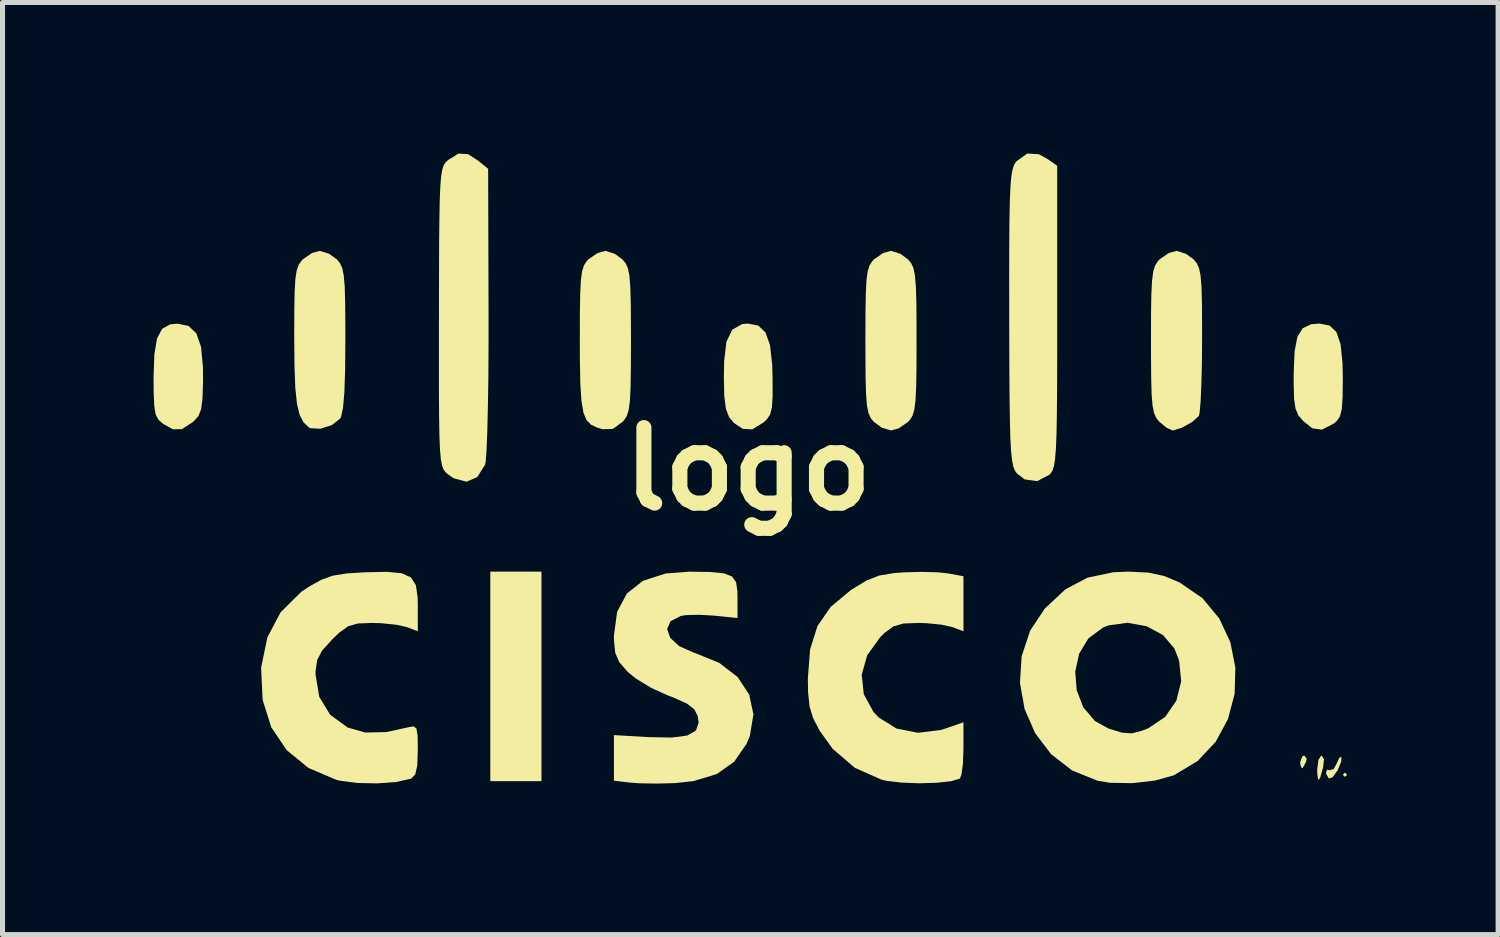
<source format=kicad_pcb>
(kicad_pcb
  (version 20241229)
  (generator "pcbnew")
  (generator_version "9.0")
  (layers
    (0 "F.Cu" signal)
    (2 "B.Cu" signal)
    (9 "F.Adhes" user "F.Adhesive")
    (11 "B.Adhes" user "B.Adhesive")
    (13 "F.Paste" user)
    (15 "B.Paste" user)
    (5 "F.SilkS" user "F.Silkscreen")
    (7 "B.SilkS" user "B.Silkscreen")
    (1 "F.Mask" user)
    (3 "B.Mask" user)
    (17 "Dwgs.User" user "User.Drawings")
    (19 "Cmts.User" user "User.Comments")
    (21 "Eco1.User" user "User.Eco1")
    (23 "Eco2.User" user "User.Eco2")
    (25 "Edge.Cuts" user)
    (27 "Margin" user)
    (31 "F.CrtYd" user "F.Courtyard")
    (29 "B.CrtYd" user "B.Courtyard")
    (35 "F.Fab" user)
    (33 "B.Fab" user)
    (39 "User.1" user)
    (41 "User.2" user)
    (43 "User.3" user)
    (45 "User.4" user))
  (footprint "logo"
    (layer "F.Cu")
    (at 11.811 6.265)
    (property "Reference" "logo" (at 0 0 0) (layer "F.SilkS") (effects (font (size 1.5 1.5) (thickness 0.3))))
    (attr board_only exclude_from_pos_files exclude_from_bom)
    (fp_poly (pts (xy 11.896 6.074) (xy 11.853 6.116) (xy 11.811 6.074) (xy 11.853 6.031)) (stroke (width 0) (type solid)) (fill yes) (layer "F.SilkS"))
    (fp_poly (pts (xy -4.106 4.12) (xy -4.106 6.201) (xy -4.614 6.201) (xy -5.122 6.201) (xy -5.122 4.12) (xy -5.122 2.039) (xy -4.614 2.039) (xy -4.106 2.039)) (stroke (width 0) (type solid)) (fill yes) (layer "F.SilkS"))
    (fp_poly (pts (xy 11.093 5.754) (xy 11.08 5.819) (xy 11.02 5.931) (xy 10.998 5.946) (xy 10.968 5.877) (xy 10.964 5.819) (xy 11.009 5.706) (xy 11.046 5.692)) (stroke (width 0) (type solid)) (fill yes) (layer "F.SilkS"))
    (fp_poly (pts (xy 11.437 5.763) (xy 11.42 5.925) (xy 11.36 6.136) (xy 11.322 6.179) (xy 11.304 6.054) (xy 11.303 5.961) (xy 11.327 5.776) (xy 11.384 5.692) (xy 11.389 5.692)) (stroke (width 0) (type solid)) (fill yes) (layer "F.SilkS"))
    (fp_poly (pts (xy 11.778 5.816) (xy 11.708 5.985) (xy 11.609 6.123) (xy 11.533 6.149) (xy 11.532 6.148) (xy 11.475 6.043) (xy 11.497 5.974) (xy 11.551 5.985) (xy 11.633 5.956) (xy 11.686 5.856) (xy 11.745 5.733) (xy 11.783 5.72)) (stroke (width 0) (type solid)) (fill yes) (layer "F.SilkS"))
    (fp_poly (pts (xy 0.201 -2.848) (xy 0.344 -2.711) (xy 0.433 -2.46) (xy 0.477 -2.071) (xy 0.484 -1.824) (xy 0.486 -1.46) (xy 0.472 -1.224) (xy 0.434 -1.077) (xy 0.364 -0.977) (xy 0.302 -0.922) (xy 0.082 -0.787) (xy -0.107 -0.796) (xy -0.282 -0.913) (xy -0.379 -1.028) (xy -0.442 -1.194) (xy -0.475 -1.444) (xy -0.483 -1.809) (xy -0.478 -2.139) (xy -0.433 -2.525) (xy -0.316 -2.767) (xy -0.12 -2.878) (xy -0.007 -2.888)) (stroke (width 0) (type solid)) (fill yes) (layer "F.SilkS"))
    (fp_poly (pts (xy -11.115 -2.841) (xy -10.961 -2.693) (xy -10.868 -2.427) (xy -10.83 -2.024) (xy -10.828 -1.755) (xy -10.838 -1.41) (xy -10.865 -1.19) (xy -10.92 -1.051) (xy -11.013 -0.947) (xy -11.037 -0.927) (xy -11.248 -0.791) (xy -11.427 -0.788) (xy -11.623 -0.897) (xy -11.712 -0.974) (xy -11.768 -1.079) (xy -11.797 -1.25) (xy -11.809 -1.524) (xy -11.811 -1.818) (xy -11.795 -2.278) (xy -11.742 -2.592) (xy -11.641 -2.783) (xy -11.483 -2.872) (xy -11.339 -2.887)) (stroke (width 0) (type solid)) (fill yes) (layer "F.SilkS"))
    (fp_poly (pts (xy 11.547 -2.85) (xy 11.683 -2.721) (xy 11.766 -2.48) (xy 11.805 -2.106) (xy 11.811 -1.803) (xy 11.807 -1.431) (xy 11.791 -1.19) (xy 11.754 -1.043) (xy 11.688 -0.949) (xy 11.623 -0.897) (xy 11.396 -0.781) (xy 11.206 -0.807) (xy 11.02 -0.956) (xy 10.927 -1.067) (xy 10.871 -1.2) (xy 10.843 -1.397) (xy 10.835 -1.7) (xy 10.835 -1.898) (xy 10.853 -2.332) (xy 10.908 -2.622) (xy 11.013 -2.794) (xy 11.18 -2.874) (xy 11.348 -2.888)) (stroke (width 0) (type solid)) (fill yes) (layer "F.SilkS"))
    (fp_poly (pts (xy -8.325 -4.275) (xy -8.17 -4.163) (xy -8.108 -4.088) (xy -8.063 -3.99) (xy -8.033 -3.843) (xy -8.014 -3.62) (xy -8.005 -3.293) (xy -8.001 -2.836) (xy -8.001 -2.565) (xy -8.006 -1.962) (xy -8.021 -1.516) (xy -8.048 -1.212) (xy -8.086 -1.037) (xy -8.107 -0.998) (xy -8.275 -0.869) (xy -8.498 -0.799) (xy -8.693 -0.809) (xy -8.729 -0.827) (xy -8.833 -0.927) (xy -8.91 -1.076) (xy -8.963 -1.298) (xy -8.996 -1.619) (xy -9.012 -2.062) (xy -9.017 -2.628) (xy -9.015 -3.143) (xy -9.009 -3.517) (xy -8.994 -3.775) (xy -8.967 -3.947) (xy -8.927 -4.06) (xy -8.869 -4.14) (xy -8.848 -4.163) (xy -8.663 -4.29) (xy -8.509 -4.332)) (stroke (width 0) (type solid)) (fill yes) (layer "F.SilkS"))
    (fp_poly (pts (xy -2.652 -4.275) (xy -2.498 -4.163) (xy -2.435 -4.088) (xy -2.391 -3.991) (xy -2.36 -3.845) (xy -2.342 -3.623) (xy -2.332 -3.299) (xy -2.329 -2.845) (xy -2.328 -2.548) (xy -2.33 -2.017) (xy -2.336 -1.628) (xy -2.349 -1.356) (xy -2.373 -1.174) (xy -2.41 -1.055) (xy -2.463 -0.972) (xy -2.498 -0.934) (xy -2.689 -0.795) (xy -2.895 -0.79) (xy -3.006 -0.824) (xy -3.124 -0.881) (xy -3.212 -0.972) (xy -3.273 -1.121) (xy -3.312 -1.352) (xy -3.334 -1.688) (xy -3.343 -2.153) (xy -3.344 -2.565) (xy -3.343 -3.093) (xy -3.337 -3.479) (xy -3.323 -3.748) (xy -3.299 -3.928) (xy -3.261 -4.046) (xy -3.207 -4.128) (xy -3.175 -4.163) (xy -2.991 -4.29) (xy -2.836 -4.332)) (stroke (width 0) (type solid)) (fill yes) (layer "F.SilkS"))
    (fp_poly (pts (xy 3.021 -4.275) (xy 3.175 -4.163) (xy 3.237 -4.088) (xy 3.282 -3.991) (xy 3.312 -3.845) (xy 3.331 -3.623) (xy 3.341 -3.299) (xy 3.344 -2.845) (xy 3.344 -2.548) (xy 3.343 -2.017) (xy 3.337 -1.628) (xy 3.323 -1.356) (xy 3.299 -1.174) (xy 3.263 -1.055) (xy 3.21 -0.972) (xy 3.175 -0.934) (xy 2.991 -0.807) (xy 2.836 -0.765) (xy 2.652 -0.822) (xy 2.498 -0.934) (xy 2.435 -1.009) (xy 2.391 -1.106) (xy 2.36 -1.252) (xy 2.342 -1.473) (xy 2.332 -1.798) (xy 2.329 -2.252) (xy 2.328 -2.548) (xy 2.33 -3.08) (xy 2.336 -3.469) (xy 2.349 -3.741) (xy 2.373 -3.923) (xy 2.41 -4.042) (xy 2.463 -4.125) (xy 2.498 -4.163) (xy 2.682 -4.29) (xy 2.836 -4.332)) (stroke (width 0) (type solid)) (fill yes) (layer "F.SilkS"))
    (fp_poly (pts (xy 8.693 -4.275) (xy 8.848 -4.163) (xy 8.91 -4.088) (xy 8.955 -3.99) (xy 8.985 -3.843) (xy 9.004 -3.62) (xy 9.013 -3.294) (xy 9.016 -2.837) (xy 9.016 -2.57) (xy 9.012 -2.091) (xy 9.001 -1.669) (xy 8.986 -1.335) (xy 8.967 -1.119) (xy 8.952 -1.053) (xy 8.815 -0.931) (xy 8.612 -0.818) (xy 8.436 -0.765) (xy 8.43 -0.765) (xy 8.309 -0.82) (xy 8.17 -0.934) (xy 8.108 -1.009) (xy 8.063 -1.106) (xy 8.033 -1.252) (xy 8.014 -1.473) (xy 8.005 -1.798) (xy 8.001 -2.252) (xy 8.001 -2.548) (xy 8.002 -3.08) (xy 8.008 -3.469) (xy 8.022 -3.741) (xy 8.046 -3.923) (xy 8.083 -4.042) (xy 8.136 -4.125) (xy 8.17 -4.163) (xy 8.355 -4.29) (xy 8.509 -4.332)) (stroke (width 0) (type solid)) (fill yes) (layer "F.SilkS"))
    (fp_poly (pts (xy -5.563 -6.253) (xy -5.365 -6.124) (xy -5.165 -5.962) (xy -5.157 -3.129) (xy -5.157 -2.443) (xy -5.161 -1.805) (xy -5.17 -1.235) (xy -5.182 -0.756) (xy -5.196 -0.389) (xy -5.213 -0.156) (xy -5.225 -0.087) (xy -5.38 0.161) (xy -5.595 0.253) (xy -5.849 0.185) (xy -5.964 0.106) (xy -6.012 0.063) (xy -6.051 0.01) (xy -6.082 -0.072) (xy -6.105 -0.198) (xy -6.122 -0.388) (xy -6.133 -0.657) (xy -6.139 -1.024) (xy -6.143 -1.506) (xy -6.143 -2.121) (xy -6.143 -2.885) (xy -6.142 -3.016) (xy -6.141 -3.805) (xy -6.139 -4.441) (xy -6.134 -4.943) (xy -6.127 -5.327) (xy -6.115 -5.61) (xy -6.099 -5.811) (xy -6.076 -5.947) (xy -6.047 -6.034) (xy -6.009 -6.091) (xy -5.962 -6.135) (xy -5.959 -6.138) (xy -5.752 -6.265)) (stroke (width 0) (type solid)) (fill yes) (layer "F.SilkS"))
    (fp_poly (pts (xy 5.772 -6.252) (xy 5.95 -6.154) (xy 6.138 -6.022) (xy 6.138 -3.024) (xy 6.138 -2.228) (xy 6.136 -1.585) (xy 6.131 -1.077) (xy 6.124 -0.688) (xy 6.112 -0.399) (xy 6.095 -0.194) (xy 6.073 -0.056) (xy 6.044 0.033) (xy 6.007 0.09) (xy 5.984 0.114) (xy 5.74 0.242) (xy 5.493 0.208) (xy 5.338 0.09) (xy 5.298 0.034) (xy 5.266 -0.049) (xy 5.241 -0.175) (xy 5.221 -0.362) (xy 5.207 -0.627) (xy 5.198 -0.989) (xy 5.191 -1.464) (xy 5.187 -2.071) (xy 5.185 -2.826) (xy 5.185 -3.011) (xy 5.184 -3.798) (xy 5.185 -4.434) (xy 5.189 -4.935) (xy 5.197 -5.318) (xy 5.209 -5.603) (xy 5.226 -5.805) (xy 5.249 -5.943) (xy 5.279 -6.034) (xy 5.317 -6.096) (xy 5.334 -6.116) (xy 5.543 -6.265)) (stroke (width 0) (type solid)) (fill yes) (layer "F.SilkS"))
    (fp_poly (pts (xy 3.774 2.053) (xy 3.979 2.076) (xy 4.276 2.131) (xy 4.276 2.678) (xy 4.276 3.224) (xy 4.058 3.141) (xy 3.849 3.094) (xy 3.554 3.064) (xy 3.373 3.058) (xy 3.083 3.07) (xy 2.888 3.126) (xy 2.715 3.251) (xy 2.623 3.34) (xy 2.364 3.7) (xy 2.255 4.088) (xy 2.296 4.473) (xy 2.488 4.826) (xy 2.591 4.935) (xy 2.944 5.155) (xy 3.369 5.24) (xy 3.825 5.185) (xy 3.917 5.156) (xy 4.276 5.032) (xy 4.276 5.569) (xy 4.265 5.855) (xy 4.238 6.066) (xy 4.205 6.15) (xy 4.031 6.202) (xy 3.744 6.233) (xy 3.398 6.243) (xy 3.048 6.23) (xy 2.751 6.195) (xy 2.652 6.173) (xy 2.12 5.937) (xy 1.679 5.56) (xy 1.42 5.2) (xy 1.292 4.955) (xy 1.22 4.723) (xy 1.19 4.439) (xy 1.185 4.163) (xy 1.23 3.584) (xy 1.376 3.12) (xy 1.638 2.74) (xy 2.033 2.41) (xy 2.053 2.396) (xy 2.347 2.217) (xy 2.602 2.117) (xy 2.902 2.067) (xy 3.1 2.053) (xy 3.449 2.044)) (stroke (width 0) (type solid)) (fill yes) (layer "F.SilkS"))
    (fp_poly (pts (xy 7.946 2.058) (xy 8.263 2.126) (xy 8.57 2.255) (xy 9.024 2.567) (xy 9.359 2.972) (xy 9.577 3.441) (xy 9.677 3.948) (xy 9.662 4.465) (xy 9.531 4.965) (xy 9.286 5.419) (xy 8.927 5.801) (xy 8.456 6.084) (xy 8.452 6.085) (xy 8.08 6.189) (xy 7.629 6.241) (xy 7.186 6.233) (xy 6.943 6.194) (xy 6.434 5.989) (xy 6.016 5.664) (xy 5.699 5.247) (xy 5.49 4.765) (xy 5.398 4.247) (xy 5.412 4.027) (xy 6.496 4.027) (xy 6.525 4.394) (xy 6.656 4.734) (xy 6.888 5.007) (xy 7.157 5.156) (xy 7.427 5.238) (xy 7.622 5.252) (xy 7.826 5.198) (xy 7.947 5.15) (xy 8.283 4.925) (xy 8.505 4.601) (xy 8.601 4.216) (xy 8.559 3.805) (xy 8.465 3.565) (xy 8.24 3.299) (xy 7.913 3.124) (xy 7.535 3.055) (xy 7.156 3.107) (xy 7.051 3.148) (xy 6.757 3.365) (xy 6.573 3.671) (xy 6.496 4.027) (xy 5.412 4.027) (xy 5.432 3.72) (xy 5.6 3.212) (xy 5.893 2.771) (xy 6.298 2.393) (xy 6.738 2.159) (xy 7.254 2.051) (xy 7.545 2.039)) (stroke (width 0) (type solid)) (fill yes) (layer "F.SilkS"))
    (fp_poly (pts (xy -6.879 2.072) (xy -6.696 2.156) (xy -6.6 2.311) (xy -6.565 2.556) (xy -6.562 2.719) (xy -6.562 3.224) (xy -6.779 3.141) (xy -6.988 3.094) (xy -7.283 3.064) (xy -7.466 3.058) (xy -7.753 3.069) (xy -7.947 3.124) (xy -8.126 3.254) (xy -8.265 3.388) (xy -8.464 3.609) (xy -8.562 3.797) (xy -8.593 4.021) (xy -8.593 4.089) (xy -8.519 4.528) (xy -8.303 4.882) (xy -7.958 5.134) (xy -7.956 5.135) (xy -7.607 5.235) (xy -7.189 5.226) (xy -6.752 5.131) (xy -6.647 5.112) (xy -6.59 5.154) (xy -6.566 5.292) (xy -6.562 5.563) (xy -6.562 5.588) (xy -6.573 5.892) (xy -6.613 6.066) (xy -6.69 6.147) (xy -6.703 6.153) (xy -6.986 6.217) (xy -7.364 6.245) (xy -7.763 6.237) (xy -8.113 6.191) (xy -8.186 6.173) (xy -8.734 5.939) (xy -9.166 5.586) (xy -9.473 5.13) (xy -9.645 4.584) (xy -9.674 3.961) (xy -9.672 3.933) (xy -9.55 3.344) (xy -9.288 2.848) (xy -8.885 2.447) (xy -8.725 2.338) (xy -8.483 2.203) (xy -8.255 2.12) (xy -7.979 2.075) (xy -7.616 2.052) (xy -7.177 2.043)) (stroke (width 0) (type solid)) (fill yes) (layer "F.SilkS"))
    (fp_poly (pts (xy -0.759 2.046) (xy -0.484 2.073) (xy -0.32 2.136) (xy -0.24 2.25) (xy -0.214 2.432) (xy -0.212 2.552) (xy -0.212 2.961) (xy -0.67 2.914) (xy -0.972 2.896) (xy -1.235 2.903) (xy -1.338 2.919) (xy -1.543 3.024) (xy -1.61 3.179) (xy -1.549 3.354) (xy -1.371 3.519) (xy -1.087 3.646) (xy -1.066 3.652) (xy -0.575 3.851) (xy -0.21 4.133) (xy 0.02 4.48) (xy 0.104 4.876) (xy 0.033 5.302) (xy -0.032 5.458) (xy -0.279 5.816) (xy -0.627 6.061) (xy -1.092 6.201) (xy -1.459 6.24) (xy -1.811 6.249) (xy -2.145 6.244) (xy -2.349 6.23) (xy -2.667 6.191) (xy -2.667 5.738) (xy -2.667 5.286) (xy -1.968 5.327) (xy -1.514 5.335) (xy -1.209 5.294) (xy -1.037 5.196) (xy -0.984 5.035) (xy -1.002 4.91) (xy -1.07 4.774) (xy -1.219 4.659) (xy -1.488 4.539) (xy -1.585 4.502) (xy -1.923 4.35) (xy -2.232 4.162) (xy -2.391 4.032) (xy -2.561 3.837) (xy -2.642 3.65) (xy -2.666 3.391) (xy -2.667 3.313) (xy -2.603 2.838) (xy -2.41 2.474) (xy -2.088 2.22) (xy -1.638 2.076) (xy -1.174 2.04)) (stroke (width 0) (type solid)) (fill yes) (layer "F.SilkS")))
  (gr_rect
    (start -3 -3)
    (end 26.707 15.514)
    (stroke (width 0.1) (type default))
    (fill no)
    (layer "Edge.Cuts")))
</source>
